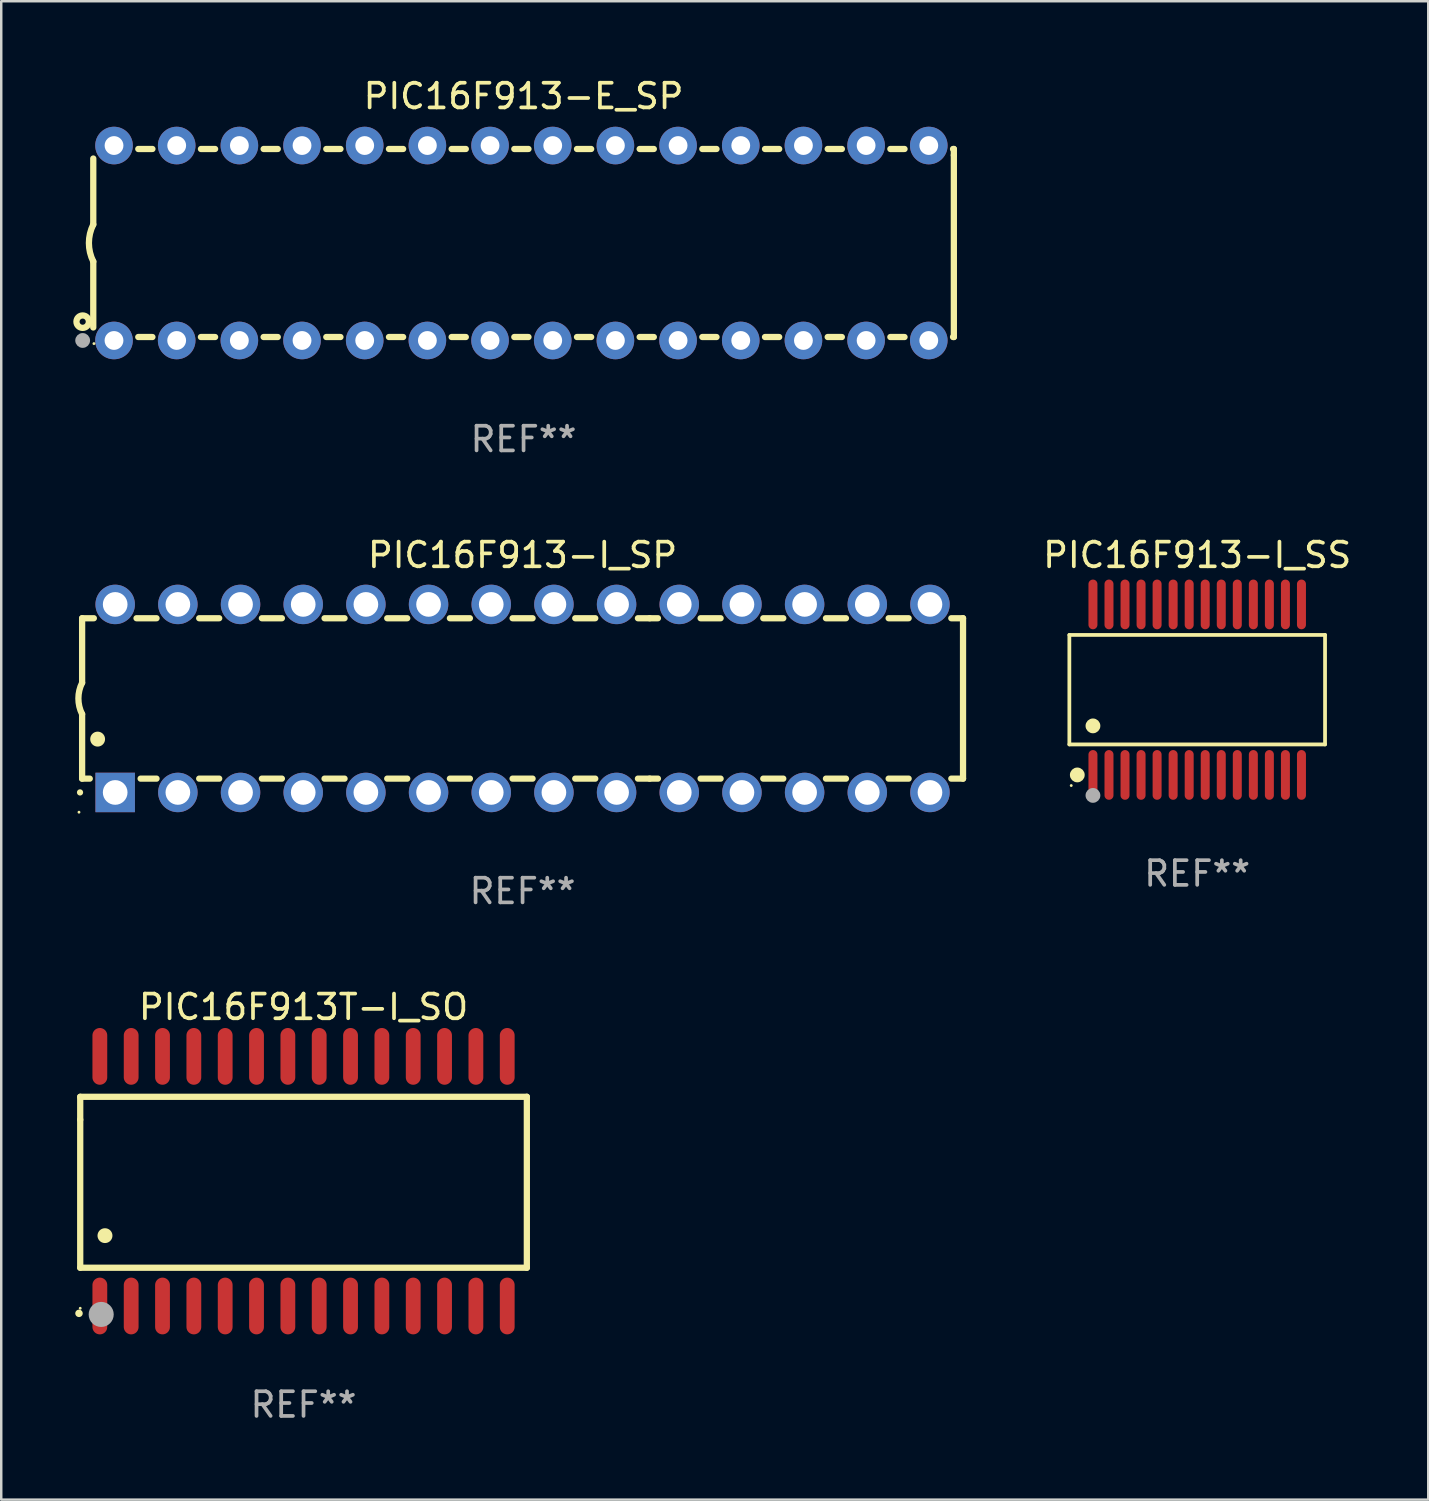
<source format=kicad_pcb>
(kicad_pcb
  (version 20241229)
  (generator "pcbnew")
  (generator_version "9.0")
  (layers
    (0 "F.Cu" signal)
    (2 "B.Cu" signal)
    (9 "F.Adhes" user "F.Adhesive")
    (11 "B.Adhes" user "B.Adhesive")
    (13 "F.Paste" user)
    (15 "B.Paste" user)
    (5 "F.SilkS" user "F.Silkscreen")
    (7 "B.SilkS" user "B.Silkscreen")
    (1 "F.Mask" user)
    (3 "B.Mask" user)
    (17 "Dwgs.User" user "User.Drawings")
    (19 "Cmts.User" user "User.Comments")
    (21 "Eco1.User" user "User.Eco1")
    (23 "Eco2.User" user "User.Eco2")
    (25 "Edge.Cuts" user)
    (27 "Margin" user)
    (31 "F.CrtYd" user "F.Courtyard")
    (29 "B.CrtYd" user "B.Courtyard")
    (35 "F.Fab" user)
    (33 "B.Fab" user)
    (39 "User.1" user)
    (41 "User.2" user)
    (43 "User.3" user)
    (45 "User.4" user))
  (footprint "PIC16F913T-I_SO"
    (layer "F.Cu")
    (at 9.251 44.819)
    (property "Reference" "PIC16F913T-I_SO" (at 0 -7.058 0) (layer "F.SilkS") (effects (font (size 1 1) (thickness 0.15))))
    (attr through_hole)
    (fp_line (start -9.05 -3.42) (end 9.05 -3.42) (stroke (width 0.254) (type solid)) (layer "F.SilkS"))
    (fp_line (start -9.05 -2.492) (end -9.05 -3.42) (stroke (width 0.254) (type solid)) (layer "F.SilkS"))
    (fp_line (start -9.05 3.508) (end -9.05 -2.492) (stroke (width 0.254) (type solid)) (layer "F.SilkS"))
    (fp_line (start 9.05 -3.42) (end 9.05 3.508) (stroke (width 0.254) (type solid)) (layer "F.SilkS"))
    (fp_line (start 9.05 3.508) (end -9.05 3.508) (stroke (width 0.254) (type solid)) (layer "F.SilkS"))
    (fp_arc (start -9.100838 5.35649) (mid -9.099568 5.356485) (end -9.098298 5.35649) (stroke (width 0.3) (type solid)) (layer "F.SilkS"))
    (fp_arc (start -8.049276 2.206883) (mid -8.046736 2.206872) (end -8.044196 2.206883) (stroke (width 0.6) (type solid)) (layer "F.SilkS"))
    (fp_circle (center -9.05 5.15) (end -9.02 5.15) (stroke (width 0.06) (type solid)) (fill no) (layer "F.SilkS"))
    (fp_circle (center -8.2 5.4) (end -7.946 5.4) (stroke (width 0.508) (type solid)) (fill no) (layer "F.Fab"))
    (fp_text user "REF**" (at 0 9.058 0) (layer "F.Fab") (effects (font (size 1 1) (thickness 0.15))))
    (pad "1" smd oval (at -8.255 5.058 180) (size 0.6 2.3) (layers "F.Cu" "F.Mask" "F.Paste"))
    (pad "2" smd oval (at -6.985 5.058 180) (size 0.6 2.3) (layers "F.Cu" "F.Mask" "F.Paste"))
    (pad "3" smd oval (at -5.715 5.058 180) (size 0.6 2.3) (layers "F.Cu" "F.Mask" "F.Paste"))
    (pad "4" smd oval (at -4.445 5.058 180) (size 0.6 2.3) (layers "F.Cu" "F.Mask" "F.Paste"))
    (pad "5" smd oval (at -3.175 5.058 180) (size 0.6 2.3) (layers "F.Cu" "F.Mask" "F.Paste"))
    (pad "6" smd oval (at -1.905 5.058 180) (size 0.6 2.3) (layers "F.Cu" "F.Mask" "F.Paste"))
    (pad "7" smd oval (at -0.635 5.058 180) (size 0.6 2.3) (layers "F.Cu" "F.Mask" "F.Paste"))
    (pad "8" smd oval (at 0.635 5.058 180) (size 0.6 2.3) (layers "F.Cu" "F.Mask" "F.Paste"))
    (pad "9" smd oval (at 1.905 5.058 180) (size 0.6 2.3) (layers "F.Cu" "F.Mask" "F.Paste"))
    (pad "10" smd oval (at 3.175 5.058 180) (size 0.6 2.3) (layers "F.Cu" "F.Mask" "F.Paste"))
    (pad "11" smd oval (at 4.445 5.058 180) (size 0.6 2.3) (layers "F.Cu" "F.Mask" "F.Paste"))
    (pad "12" smd oval (at 5.715 5.058 180) (size 0.6 2.3) (layers "F.Cu" "F.Mask" "F.Paste"))
    (pad "13" smd oval (at 6.985 5.058 180) (size 0.6 2.3) (layers "F.Cu" "F.Mask" "F.Paste"))
    (pad "14" smd oval (at 8.255 5.058 180) (size 0.6 2.3) (layers "F.Cu" "F.Mask" "F.Paste"))
    (pad "15" smd oval (at 8.255 -5.058 180) (size 0.6 2.3) (layers "F.Cu" "F.Mask" "F.Paste"))
    (pad "16" smd oval (at 6.985 -5.058 180) (size 0.6 2.3) (layers "F.Cu" "F.Mask" "F.Paste"))
    (pad "17" smd oval (at 5.715 -5.058 180) (size 0.6 2.3) (layers "F.Cu" "F.Mask" "F.Paste"))
    (pad "18" smd oval (at 4.445 -5.058 180) (size 0.6 2.3) (layers "F.Cu" "F.Mask" "F.Paste"))
    (pad "19" smd oval (at 3.175 -5.058 180) (size 0.6 2.3) (layers "F.Cu" "F.Mask" "F.Paste"))
    (pad "20" smd oval (at 1.905 -5.058 180) (size 0.6 2.3) (layers "F.Cu" "F.Mask" "F.Paste"))
    (pad "21" smd oval (at 0.635 -5.058 180) (size 0.6 2.3) (layers "F.Cu" "F.Mask" "F.Paste"))
    (pad "22" smd oval (at -0.635 -5.058 180) (size 0.6 2.3) (layers "F.Cu" "F.Mask" "F.Paste"))
    (pad "23" smd oval (at -1.905 -5.058 180) (size 0.6 2.3) (layers "F.Cu" "F.Mask" "F.Paste"))
    (pad "24" smd oval (at -3.175 -5.058 180) (size 0.6 2.3) (layers "F.Cu" "F.Mask" "F.Paste"))
    (pad "25" smd oval (at -4.445 -5.058 180) (size 0.6 2.3) (layers "F.Cu" "F.Mask" "F.Paste"))
    (pad "26" smd oval (at -5.715 -5.058 180) (size 0.6 2.3) (layers "F.Cu" "F.Mask" "F.Paste"))
    (pad "27" smd oval (at -6.985 -5.058 180) (size 0.6 2.3) (layers "F.Cu" "F.Mask" "F.Paste"))
    (pad "28" smd oval (at -8.255 -5.058 180) (size 0.6 2.3) (layers "F.Cu" "F.Mask" "F.Paste")))
  (footprint "PIC16F913-I_SP"
    (layer "F.Cu")
    (at 18.128 25.255)
    (property "Reference" "PIC16F913-I_SP" (at 0 -5.81 0) (layer "F.SilkS") (effects (font (size 1 1) (thickness 0.15))))
    (attr through_hole)
    (fp_line (start -17.85 -3.25) (end -17.85 -0.635) (stroke (width 0.254) (type solid)) (layer "F.SilkS"))
    (fp_line (start -17.85 3.25) (end -17.85 0.635) (stroke (width 0.254) (type solid)) (layer "F.SilkS"))
    (fp_line (start -17.85 3.25) (end -17.541 3.25) (stroke (width 0.254) (type solid)) (layer "F.SilkS"))
    (fp_line (start -17.375 -3.25) (end -17.85 -3.25) (stroke (width 0.254) (type solid)) (layer "F.SilkS"))
    (fp_line (start -15.479 3.25) (end -14.835 3.25) (stroke (width 0.254) (type solid)) (layer "F.SilkS"))
    (fp_line (start -14.835 -3.25) (end -15.645 -3.25) (stroke (width 0.254) (type solid)) (layer "F.SilkS"))
    (fp_line (start -13.105 3.25) (end -12.295 3.25) (stroke (width 0.254) (type solid)) (layer "F.SilkS"))
    (fp_line (start -12.295 -3.25) (end -13.105 -3.25) (stroke (width 0.254) (type solid)) (layer "F.SilkS"))
    (fp_line (start -10.565 3.25) (end -9.755 3.25) (stroke (width 0.254) (type solid)) (layer "F.SilkS"))
    (fp_line (start -9.755 -3.25) (end -10.565 -3.25) (stroke (width 0.254) (type solid)) (layer "F.SilkS"))
    (fp_line (start -8.025 3.25) (end -7.215 3.25) (stroke (width 0.254) (type solid)) (layer "F.SilkS"))
    (fp_line (start -7.215 -3.25) (end -8.025 -3.25) (stroke (width 0.254) (type solid)) (layer "F.SilkS"))
    (fp_line (start -5.485 3.25) (end -4.675 3.25) (stroke (width 0.254) (type solid)) (layer "F.SilkS"))
    (fp_line (start -4.675 -3.25) (end -5.485 -3.25) (stroke (width 0.254) (type solid)) (layer "F.SilkS"))
    (fp_line (start -2.945 3.25) (end -2.135 3.25) (stroke (width 0.254) (type solid)) (layer "F.SilkS"))
    (fp_line (start -2.135 -3.25) (end -2.945 -3.25) (stroke (width 0.254) (type solid)) (layer "F.SilkS"))
    (fp_line (start -0.405 3.25) (end 0.405 3.25) (stroke (width 0.254) (type solid)) (layer "F.SilkS"))
    (fp_line (start 0.405 -3.25) (end -0.405 -3.25) (stroke (width 0.254) (type solid)) (layer "F.SilkS"))
    (fp_line (start 2.135 3.25) (end 2.945 3.25) (stroke (width 0.254) (type solid)) (layer "F.SilkS"))
    (fp_line (start 2.945 -3.25) (end 2.135 -3.25) (stroke (width 0.254) (type solid)) (layer "F.SilkS"))
    (fp_line (start 4.675 3.25) (end 5.15 3.25) (stroke (width 0.254) (type solid)) (layer "F.SilkS"))
    (fp_line (start 5.15 -3.25) (end 4.675 -3.25) (stroke (width 0.254) (type solid)) (layer "F.SilkS"))
    (fp_line (start 5.15 -3.25) (end 5.485 -3.25) (stroke (width 0.254) (type solid)) (layer "F.SilkS"))
    (fp_line (start 5.15 3.25) (end 5.485 3.25) (stroke (width 0.254) (type solid)) (layer "F.SilkS"))
    (fp_line (start 7.215 -3.25) (end 8.025 -3.25) (stroke (width 0.254) (type solid)) (layer "F.SilkS"))
    (fp_line (start 7.215 3.25) (end 8.025 3.25) (stroke (width 0.254) (type solid)) (layer "F.SilkS"))
    (fp_line (start 9.755 -3.25) (end 10.565 -3.25) (stroke (width 0.254) (type solid)) (layer "F.SilkS"))
    (fp_line (start 9.755 3.25) (end 10.565 3.25) (stroke (width 0.254) (type solid)) (layer "F.SilkS"))
    (fp_line (start 12.295 -3.25) (end 13.105 -3.25) (stroke (width 0.254) (type solid)) (layer "F.SilkS"))
    (fp_line (start 12.295 3.25) (end 13.105 3.25) (stroke (width 0.254) (type solid)) (layer "F.SilkS"))
    (fp_line (start 14.835 -3.25) (end 15.645 -3.25) (stroke (width 0.254) (type solid)) (layer "F.SilkS"))
    (fp_line (start 14.835 3.25) (end 15.645 3.25) (stroke (width 0.254) (type solid)) (layer "F.SilkS"))
    (fp_line (start 17.375 -3.25) (end 17.85 -3.25) (stroke (width 0.254) (type solid)) (layer "F.SilkS"))
    (fp_line (start 17.375 3.25) (end 17.85 3.25) (stroke (width 0.254) (type solid)) (layer "F.SilkS"))
    (fp_line (start 17.85 -3.25) (end 17.85 3.25) (stroke (width 0.254) (type solid)) (layer "F.SilkS"))
    (fp_arc (start -17.934976 3.810008) (mid -17.934983 3.808738) (end -17.934976 3.807468) (stroke (width 0.25) (type solid)) (layer "F.SilkS"))
    (fp_arc (start -17.851155 0.635002) (mid -18.000677 -0.000132) (end -17.850038 -0.635001) (stroke (width 0.254001) (type solid)) (layer "F.SilkS"))
    (fp_arc (start -17.221234 1.651003) (mid -17.221245 1.648463) (end -17.221234 1.645923) (stroke (width 0.6) (type solid)) (layer "F.SilkS"))
    (fp_circle (center -17.977 4.61) (end -17.947 4.61) (stroke (width 0.06) (type solid)) (fill no) (layer "F.SilkS"))
    (fp_text user "REF**" (at 0 7.81 0) (layer "F.Fab") (effects (font (size 1 1) (thickness 0.15))))
    (pad "1" thru_hole rect (at -16.51 3.81 90) (size 1.6 1.6) (drill 1) (layers "*.Cu" "*.Mask"))
    (pad "2" thru_hole circle (at -13.97 3.81 90) (size 1.6 1.6) (drill 1) (layers "*.Cu" "*.Mask"))
    (pad "3" thru_hole circle (at -11.43 3.81 90) (size 1.6 1.6) (drill 1) (layers "*.Cu" "*.Mask"))
    (pad "4" thru_hole circle (at -8.89 3.81 90) (size 1.6 1.6) (drill 1) (layers "*.Cu" "*.Mask"))
    (pad "5" thru_hole circle (at -6.35 3.81 90) (size 1.6 1.6) (drill 1) (layers "*.Cu" "*.Mask"))
    (pad "6" thru_hole circle (at -3.81 3.81 90) (size 1.6 1.6) (drill 1) (layers "*.Cu" "*.Mask"))
    (pad "7" thru_hole circle (at -1.27 3.81 90) (size 1.6 1.6) (drill 1) (layers "*.Cu" "*.Mask"))
    (pad "8" thru_hole circle (at 1.27 3.81 90) (size 1.6 1.6) (drill 1) (layers "*.Cu" "*.Mask"))
    (pad "9" thru_hole circle (at 3.81 3.81 90) (size 1.6 1.6) (drill 1) (layers "*.Cu" "*.Mask"))
    (pad "10" thru_hole circle (at 6.35 3.81 90) (size 1.6 1.6) (drill 1) (layers "*.Cu" "*.Mask"))
    (pad "11" thru_hole circle (at 8.89 3.81 90) (size 1.6 1.6) (drill 1) (layers "*.Cu" "*.Mask"))
    (pad "12" thru_hole circle (at 11.43 3.81 90) (size 1.6 1.6) (drill 1) (layers "*.Cu" "*.Mask"))
    (pad "13" thru_hole circle (at 13.97 3.81 90) (size 1.6 1.6) (drill 1) (layers "*.Cu" "*.Mask"))
    (pad "14" thru_hole circle (at 16.51 3.81 90) (size 1.6 1.6) (drill 1) (layers "*.Cu" "*.Mask"))
    (pad "15" thru_hole circle (at 16.51 -3.81 90) (size 1.6 1.6) (drill 1) (layers "*.Cu" "*.Mask"))
    (pad "16" thru_hole circle (at 13.97 -3.81 90) (size 1.6 1.6) (drill 1) (layers "*.Cu" "*.Mask"))
    (pad "17" thru_hole circle (at 11.43 -3.81 90) (size 1.6 1.6) (drill 1) (layers "*.Cu" "*.Mask"))
    (pad "18" thru_hole circle (at 8.89 -3.81 90) (size 1.6 1.6) (drill 1) (layers "*.Cu" "*.Mask"))
    (pad "19" thru_hole circle (at 6.35 -3.81 90) (size 1.6 1.6) (drill 1) (layers "*.Cu" "*.Mask"))
    (pad "20" thru_hole circle (at 3.81 -3.81 90) (size 1.6 1.6) (drill 1) (layers "*.Cu" "*.Mask"))
    (pad "21" thru_hole circle (at 1.27 -3.81 90) (size 1.6 1.6) (drill 1) (layers "*.Cu" "*.Mask"))
    (pad "22" thru_hole circle (at -1.27 -3.81 90) (size 1.6 1.6) (drill 1) (layers "*.Cu" "*.Mask"))
    (pad "23" thru_hole circle (at -3.81 -3.81 90) (size 1.6 1.6) (drill 1) (layers "*.Cu" "*.Mask"))
    (pad "24" thru_hole circle (at -6.35 -3.81 90) (size 1.6 1.6) (drill 1) (layers "*.Cu" "*.Mask"))
    (pad "25" thru_hole circle (at -8.89 -3.81 90) (size 1.6 1.6) (drill 1) (layers "*.Cu" "*.Mask"))
    (pad "26" thru_hole circle (at -11.43 -3.81 90) (size 1.6 1.6) (drill 1) (layers "*.Cu" "*.Mask"))
    (pad "27" thru_hole circle (at -13.97 -3.81 90) (size 1.6 1.6) (drill 1) (layers "*.Cu" "*.Mask"))
    (pad "28" thru_hole circle (at -16.51 -3.81 90) (size 1.6 1.6) (drill 1) (layers "*.Cu" "*.Mask")))
  (footprint "PIC16F913-E_SP"
    (layer "F.Cu")
    (at 18.168 6.798)
    (property "Reference" "PIC16F913-E_SP" (at 0 -5.95 0) (layer "F.SilkS") (effects (font (size 1 1) (thickness 0.15))))
    (attr through_hole)
    (fp_line (start -17.438 0.75) (end -17.438 3.423) (stroke (width 0.254) (type solid)) (layer "F.SilkS"))
    (fp_line (start -17.438 -3.423) (end -17.438 -0.75) (stroke (width 0.254) (type solid)) (layer "F.SilkS"))
    (fp_line (start -15.615 3.81) (end -15.041 3.81) (stroke (width 0.254) (type solid)) (layer "F.SilkS"))
    (fp_line (start -15.041 -3.81) (end -15.614 -3.81) (stroke (width 0.254) (type solid)) (layer "F.SilkS"))
    (fp_line (start -13.075 3.81) (end -12.501 3.81) (stroke (width 0.254) (type solid)) (layer "F.SilkS"))
    (fp_line (start -12.501 -3.81) (end -13.074 -3.81) (stroke (width 0.254) (type solid)) (layer "F.SilkS"))
    (fp_line (start -10.535 3.81) (end -9.961 3.81) (stroke (width 0.254) (type solid)) (layer "F.SilkS"))
    (fp_line (start -9.961 -3.81) (end -10.534 -3.81) (stroke (width 0.254) (type solid)) (layer "F.SilkS"))
    (fp_line (start -7.995 3.81) (end -7.421 3.81) (stroke (width 0.254) (type solid)) (layer "F.SilkS"))
    (fp_line (start -7.421 -3.81) (end -7.995 -3.81) (stroke (width 0.254) (type solid)) (layer "F.SilkS"))
    (fp_line (start -5.455 3.81) (end -4.881 3.81) (stroke (width 0.254) (type solid)) (layer "F.SilkS"))
    (fp_line (start -4.881 -3.81) (end -5.455 -3.81) (stroke (width 0.254) (type solid)) (layer "F.SilkS"))
    (fp_line (start -2.915 3.81) (end -2.341 3.81) (stroke (width 0.254) (type solid)) (layer "F.SilkS"))
    (fp_line (start -2.341 -3.81) (end -2.915 -3.81) (stroke (width 0.254) (type solid)) (layer "F.SilkS"))
    (fp_line (start -0.375 3.81) (end 0.199 3.81) (stroke (width 0.254) (type solid)) (layer "F.SilkS"))
    (fp_line (start 0.199 -3.81) (end -0.375 -3.81) (stroke (width 0.254) (type solid)) (layer "F.SilkS"))
    (fp_line (start 2.165 3.81) (end 2.739 3.81) (stroke (width 0.254) (type solid)) (layer "F.SilkS"))
    (fp_line (start 2.739 -3.81) (end 2.165 -3.81) (stroke (width 0.254) (type solid)) (layer "F.SilkS"))
    (fp_line (start 4.705 3.81) (end 5.279 3.81) (stroke (width 0.254) (type solid)) (layer "F.SilkS"))
    (fp_line (start 5.279 -3.81) (end 4.705 -3.81) (stroke (width 0.254) (type solid)) (layer "F.SilkS"))
    (fp_line (start 7.245 3.81) (end 7.819 3.81) (stroke (width 0.254) (type solid)) (layer "F.SilkS"))
    (fp_line (start 7.819 -3.81) (end 7.245 -3.81) (stroke (width 0.254) (type solid)) (layer "F.SilkS"))
    (fp_line (start 9.785 3.81) (end 10.359 3.81) (stroke (width 0.254) (type solid)) (layer "F.SilkS"))
    (fp_line (start 10.359 -3.81) (end 9.785 -3.81) (stroke (width 0.254) (type solid)) (layer "F.SilkS"))
    (fp_line (start 12.325 3.81) (end 12.899 3.81) (stroke (width 0.254) (type solid)) (layer "F.SilkS"))
    (fp_line (start 12.899 -3.81) (end 12.325 -3.81) (stroke (width 0.254) (type solid)) (layer "F.SilkS"))
    (fp_line (start 14.865 3.81) (end 15.439 3.81) (stroke (width 0.254) (type solid)) (layer "F.SilkS"))
    (fp_line (start 15.439 -3.81) (end 14.865 -3.81) (stroke (width 0.254) (type solid)) (layer "F.SilkS"))
    (fp_line (start 17.405 3.81) (end 17.438 3.81) (stroke (width 0.254) (type solid)) (layer "F.SilkS"))
    (fp_line (start 17.438 -3.81) (end 17.405 -3.81) (stroke (width 0.254) (type solid)) (layer "F.SilkS"))
    (fp_line (start 17.438 -3.556) (end 17.438 -3.81) (stroke (width 0.254) (type solid)) (layer "F.SilkS"))
    (fp_line (start 17.438 3.81) (end 17.438 -3.556) (stroke (width 0.254) (type solid)) (layer "F.SilkS"))
    (fp_arc (start -17.437986 0.749657) (mid -17.614887 -0.000024) (end -17.437783 -0.749657) (stroke (width 0.254001) (type solid)) (layer "F.SilkS"))
    (fp_circle (center -17.868 3.188) (end -17.743 3.188) (stroke (width 0.254) (type solid)) (fill no) (layer "F.SilkS"))
    (fp_circle (center -17.411 4.077) (end -17.381 4.077) (stroke (width 0.06) (type solid)) (fill no) (layer "F.SilkS"))
    (fp_circle (center -17.868 3.95) (end -17.718 3.95) (stroke (width 0.3) (type solid)) (fill no) (layer "F.Fab"))
    (fp_text user "REF**" (at 0 7.95 0) (layer "F.Fab") (effects (font (size 1 1) (thickness 0.15))))
    (pad "1" thru_hole circle (at -16.598 3.95) (size 1.524 1.524) (drill 0.762) (layers "*.Cu" "*.Mask"))
    (pad "2" thru_hole circle (at -14.058 3.95) (size 1.524 1.524) (drill 0.762) (layers "*.Cu" "*.Mask"))
    (pad "3" thru_hole circle (at -11.518 3.95) (size 1.524 1.524) (drill 0.762) (layers "*.Cu" "*.Mask"))
    (pad "4" thru_hole circle (at -8.978 3.95) (size 1.524 1.524) (drill 0.762) (layers "*.Cu" "*.Mask"))
    (pad "5" thru_hole circle (at -6.438 3.95) (size 1.524 1.524) (drill 0.762) (layers "*.Cu" "*.Mask"))
    (pad "6" thru_hole circle (at -3.898 3.95) (size 1.524 1.524) (drill 0.762) (layers "*.Cu" "*.Mask"))
    (pad "7" thru_hole circle (at -1.358 3.95) (size 1.524 1.524) (drill 0.762) (layers "*.Cu" "*.Mask"))
    (pad "8" thru_hole circle (at 1.182 3.95) (size 1.524 1.524) (drill 0.762) (layers "*.Cu" "*.Mask"))
    (pad "9" thru_hole circle (at 3.722 3.95) (size 1.524 1.524) (drill 0.762) (layers "*.Cu" "*.Mask"))
    (pad "10" thru_hole circle (at 6.262 3.95) (size 1.524 1.524) (drill 0.762) (layers "*.Cu" "*.Mask"))
    (pad "11" thru_hole circle (at 8.802 3.95) (size 1.524 1.524) (drill 0.762) (layers "*.Cu" "*.Mask"))
    (pad "12" thru_hole circle (at 11.342 3.95) (size 1.524 1.524) (drill 0.762) (layers "*.Cu" "*.Mask"))
    (pad "13" thru_hole circle (at 13.882 3.95) (size 1.524 1.524) (drill 0.762) (layers "*.Cu" "*.Mask"))
    (pad "14" thru_hole circle (at 16.422 3.95) (size 1.524 1.524) (drill 0.762) (layers "*.Cu" "*.Mask"))
    (pad "15" thru_hole circle (at 16.422 -3.95) (size 1.524 1.524) (drill 0.762) (layers "*.Cu" "*.Mask"))
    (pad "16" thru_hole circle (at 13.882 -3.95) (size 1.524 1.524) (drill 0.762) (layers "*.Cu" "*.Mask"))
    (pad "17" thru_hole circle (at 11.342 -3.95) (size 1.524 1.524) (drill 0.762) (layers "*.Cu" "*.Mask"))
    (pad "18" thru_hole circle (at 8.802 -3.95) (size 1.524 1.524) (drill 0.762) (layers "*.Cu" "*.Mask"))
    (pad "19" thru_hole circle (at 6.262 -3.95) (size 1.524 1.524) (drill 0.762) (layers "*.Cu" "*.Mask"))
    (pad "20" thru_hole circle (at 3.722 -3.95) (size 1.524 1.524) (drill 0.762) (layers "*.Cu" "*.Mask"))
    (pad "21" thru_hole circle (at 1.182 -3.95) (size 1.524 1.524) (drill 0.762) (layers "*.Cu" "*.Mask"))
    (pad "22" thru_hole circle (at -1.358 -3.95) (size 1.524 1.524) (drill 0.762) (layers "*.Cu" "*.Mask"))
    (pad "23" thru_hole circle (at -3.898 -3.95) (size 1.524 1.524) (drill 0.762) (layers "*.Cu" "*.Mask"))
    (pad "24" thru_hole circle (at -6.438 -3.95) (size 1.524 1.524) (drill 0.762) (layers "*.Cu" "*.Mask"))
    (pad "25" thru_hole circle (at -8.978 -3.95) (size 1.524 1.524) (drill 0.762) (layers "*.Cu" "*.Mask"))
    (pad "26" thru_hole circle (at -11.517 -3.95) (size 1.524 1.524) (drill 0.762) (layers "*.Cu" "*.Mask"))
    (pad "27" thru_hole circle (at -14.057 -3.95) (size 1.524 1.524) (drill 0.762) (layers "*.Cu" "*.Mask"))
    (pad "28" thru_hole circle (at -16.597 -3.95) (size 1.524 1.524) (drill 0.762) (layers "*.Cu" "*.Mask")))
  (footprint "PIC16F913-I_SS"
    (layer "F.Cu")
    (at 45.468 24.9)
    (property "Reference" "PIC16F913-I_SS" (at 0 -5.455 0) (layer "F.SilkS") (effects (font (size 1 1) (thickness 0.15))))
    (attr through_hole)
    (fp_line (start -5.181 -2.219) (end 5.181 -2.219) (stroke (width 0.152) (type solid)) (layer "F.SilkS"))
    (fp_line (start -5.181 2.219) (end -5.181 -2.219) (stroke (width 0.152) (type solid)) (layer "F.SilkS"))
    (fp_line (start 5.181 -2.219) (end 5.181 2.219) (stroke (width 0.152) (type solid)) (layer "F.SilkS"))
    (fp_line (start 5.181 2.219) (end -5.181 2.219) (stroke (width 0.152) (type solid)) (layer "F.SilkS"))
    (fp_circle (center -5.105 3.885) (end -5.075 3.885) (stroke (width 0.06) (type solid)) (fill no) (layer "F.SilkS"))
    (fp_circle (center -4.859 3.455) (end -4.709 3.455) (stroke (width 0.3) (type solid)) (fill no) (layer "F.SilkS"))
    (fp_circle (center -4.225 1.467) (end -4.075 1.467) (stroke (width 0.3) (type solid)) (fill no) (layer "F.SilkS"))
    (fp_circle (center -4.225 4.285) (end -4.075 4.285) (stroke (width 0.3) (type solid)) (fill no) (layer "F.Fab"))
    (fp_text user "REF**" (at 0 7.455 0) (layer "F.Fab") (effects (font (size 1 1) (thickness 0.15))))
    (pad "1" smd oval (at -4.225 3.455) (size 0.364 2.015) (layers "F.Cu" "F.Mask" "F.Paste"))
    (pad "2" smd oval (at -3.575 3.455) (size 0.364 2.015) (layers "F.Cu" "F.Mask" "F.Paste"))
    (pad "3" smd oval (at -2.925 3.455) (size 0.364 2.015) (layers "F.Cu" "F.Mask" "F.Paste"))
    (pad "4" smd oval (at -2.275 3.455) (size 0.364 2.015) (layers "F.Cu" "F.Mask" "F.Paste"))
    (pad "5" smd oval (at -1.625 3.455) (size 0.364 2.015) (layers "F.Cu" "F.Mask" "F.Paste"))
    (pad "6" smd oval (at -0.975 3.455) (size 0.364 2.015) (layers "F.Cu" "F.Mask" "F.Paste"))
    (pad "7" smd oval (at -0.325 3.455) (size 0.364 2.015) (layers "F.Cu" "F.Mask" "F.Paste"))
    (pad "8" smd oval (at 0.325 3.455) (size 0.364 2.015) (layers "F.Cu" "F.Mask" "F.Paste"))
    (pad "9" smd oval (at 0.975 3.455) (size 0.364 2.015) (layers "F.Cu" "F.Mask" "F.Paste"))
    (pad "10" smd oval (at 1.625 3.455) (size 0.364 2.015) (layers "F.Cu" "F.Mask" "F.Paste"))
    (pad "11" smd oval (at 2.275 3.455) (size 0.364 2.015) (layers "F.Cu" "F.Mask" "F.Paste"))
    (pad "12" smd oval (at 2.925 3.455) (size 0.364 2.015) (layers "F.Cu" "F.Mask" "F.Paste"))
    (pad "13" smd oval (at 3.575 3.455) (size 0.364 2.015) (layers "F.Cu" "F.Mask" "F.Paste"))
    (pad "14" smd oval (at 4.225 3.455) (size 0.364 2.015) (layers "F.Cu" "F.Mask" "F.Paste"))
    (pad "15" smd oval (at 4.225 -3.455) (size 0.364 2.015) (layers "F.Cu" "F.Mask" "F.Paste"))
    (pad "16" smd oval (at 3.575 -3.455) (size 0.364 2.015) (layers "F.Cu" "F.Mask" "F.Paste"))
    (pad "17" smd oval (at 2.925 -3.455) (size 0.364 2.015) (layers "F.Cu" "F.Mask" "F.Paste"))
    (pad "18" smd oval (at 2.275 -3.455) (size 0.364 2.015) (layers "F.Cu" "F.Mask" "F.Paste"))
    (pad "19" smd oval (at 1.625 -3.455) (size 0.364 2.015) (layers "F.Cu" "F.Mask" "F.Paste"))
    (pad "20" smd oval (at 0.975 -3.455) (size 0.364 2.015) (layers "F.Cu" "F.Mask" "F.Paste"))
    (pad "21" smd oval (at 0.325 -3.455) (size 0.364 2.015) (layers "F.Cu" "F.Mask" "F.Paste"))
    (pad "22" smd oval (at -0.325 -3.455) (size 0.364 2.015) (layers "F.Cu" "F.Mask" "F.Paste"))
    (pad "23" smd oval (at -0.975 -3.455) (size 0.364 2.015) (layers "F.Cu" "F.Mask" "F.Paste"))
    (pad "24" smd oval (at -1.625 -3.455) (size 0.364 2.015) (layers "F.Cu" "F.Mask" "F.Paste"))
    (pad "25" smd oval (at -2.275 -3.455) (size 0.364 2.015) (layers "F.Cu" "F.Mask" "F.Paste"))
    (pad "26" smd oval (at -2.925 -3.455) (size 0.364 2.015) (layers "F.Cu" "F.Mask" "F.Paste"))
    (pad "27" smd oval (at -3.575 -3.455) (size 0.364 2.015) (layers "F.Cu" "F.Mask" "F.Paste"))
    (pad "28" smd oval (at -4.225 -3.455) (size 0.364 2.015) (layers "F.Cu" "F.Mask" "F.Paste")))
  (gr_rect
    (start -3 -3)
    (end 54.831 57.725)
    (stroke (width 0.1) (type default))
    (fill no)
    (layer "Edge.Cuts")))
</source>
